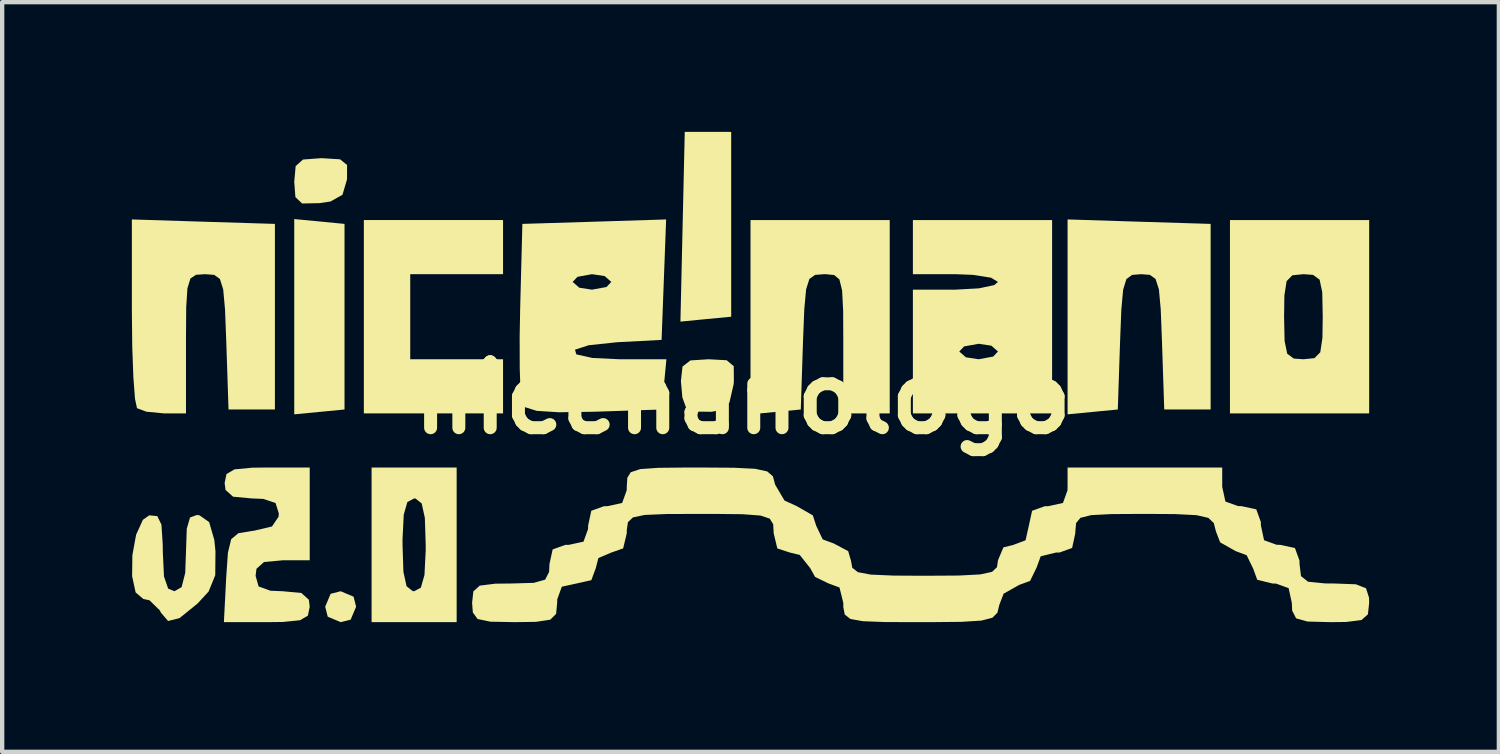
<source format=kicad_pcb>
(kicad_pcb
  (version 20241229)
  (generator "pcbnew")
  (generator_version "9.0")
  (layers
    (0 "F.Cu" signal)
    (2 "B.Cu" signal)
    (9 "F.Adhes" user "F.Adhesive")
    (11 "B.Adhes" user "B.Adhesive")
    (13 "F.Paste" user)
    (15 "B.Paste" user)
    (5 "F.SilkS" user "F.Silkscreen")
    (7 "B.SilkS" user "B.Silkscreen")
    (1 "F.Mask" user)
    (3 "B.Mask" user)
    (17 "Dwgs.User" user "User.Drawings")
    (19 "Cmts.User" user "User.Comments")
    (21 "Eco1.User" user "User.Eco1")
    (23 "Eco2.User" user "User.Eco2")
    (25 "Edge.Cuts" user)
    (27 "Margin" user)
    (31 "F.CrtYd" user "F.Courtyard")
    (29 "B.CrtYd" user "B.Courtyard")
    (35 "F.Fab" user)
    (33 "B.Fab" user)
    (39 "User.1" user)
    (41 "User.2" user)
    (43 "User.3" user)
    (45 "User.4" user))
  (footprint "nicenanologo"
    (layer "F.Cu")
    (at 14.131 6.154)
    (property "Reference" "nicenanologo" (at 0 0 0) (layer "F.SilkS") (effects (font (size 1.524 1.524) (thickness 0.3))))
    (attr board_only exclude_from_pos_files exclude_from_bom)
    (fp_poly (pts (xy -9.212 -4.025) (xy -9.212 0.268) (xy -9.793 0.324) (xy -10.375 0.38) (xy -10.375 -4.137)) (stroke (width 0) (type solid)) (fill yes) (layer "F.SilkS"))
    (fp_poly (pts (xy -0.805 -6.154) (xy -0.268 -6.153) (xy -0.268 -1.878) (xy -0.855 -1.822) (xy -1.442 -1.765) (xy -1.342 -6.154)) (stroke (width 0) (type solid)) (fill yes) (layer "F.SilkS"))
    (fp_poly (pts (xy -9.002 4.598) (xy -8.944 4.83) (xy -9.07 5.129) (xy -9.301 5.187) (xy -9.6 5.061) (xy -9.659 4.83) (xy -9.533 4.531) (xy -9.301 4.472)) (stroke (width 0) (type solid)) (fill yes) (layer "F.SilkS"))
    (fp_poly (pts (xy -5.545 -2.862) (xy -7.692 -2.862) (xy -7.692 -0.894) (xy -5.545 -0.894) (xy -5.545 0.358) (xy -8.765 0.358) (xy -8.765 -4.114) (xy -5.545 -4.114)) (stroke (width 0) (type solid)) (fill yes) (layer "F.SilkS"))
    (fp_poly (pts (xy -9.315 -5.519) (xy -9.153 -5.388) (xy -9.154 -5.068) (xy -9.155 -5.053) (xy -9.259 -4.699) (xy -9.537 -4.543) (xy -9.793 -4.505) (xy -10.192 -4.497) (xy -10.348 -4.644) (xy -10.375 -4.997) (xy -10.342 -5.363) (xy -10.172 -5.514) (xy -9.756 -5.545) (xy -9.737 -5.545)) (stroke (width 0) (type solid)) (fill yes) (layer "F.SilkS"))
    (fp_poly (pts (xy -0.372 -0.871) (xy -0.209 -0.734) (xy -0.206 -0.385) (xy -0.212 -0.313) (xy -0.309 0.108) (xy -0.549 0.289) (xy -0.722 0.321) (xy -1.113 0.316) (xy -1.304 0.247) (xy -1.397 -0.01) (xy -1.431 -0.388) (xy -1.394 -0.726) (xy -1.211 -0.867) (xy -0.794 -0.894)) (stroke (width 0) (type solid)) (fill yes) (layer "F.SilkS"))
    (fp_poly (pts (xy 9.167 -4.076) (xy 10.822 -4.025) (xy 10.822 0.268) (xy 9.749 0.268) (xy 9.697 -1.297) (xy 9.668 -2.046) (xy 9.626 -2.508) (xy 9.549 -2.751) (xy 9.417 -2.846) (xy 9.212 -2.862) (xy 9.004 -2.845) (xy 8.873 -2.748) (xy 8.798 -2.502) (xy 8.756 -2.036) (xy 8.727 -1.297) (xy 8.675 0.268) (xy 8.094 0.324) (xy 7.513 0.38) (xy 7.513 -4.128)) (stroke (width 0) (type solid)) (fill yes) (layer "F.SilkS"))
    (fp_poly (pts (xy 3.399 0.358) (xy 2.325 0.358) (xy 2.325 -1.252) (xy 2.322 -2.014) (xy 2.298 -2.487) (xy 2.235 -2.741) (xy 2.115 -2.842) (xy 1.919 -2.862) (xy 1.885 -2.862) (xy 1.674 -2.846) (xy 1.541 -2.752) (xy 1.465 -2.51) (xy 1.423 -2.05) (xy 1.393 -1.303) (xy 1.393 -1.297) (xy 1.342 0.268) (xy 0.76 0.324) (xy 0.179 0.38) (xy 0.179 -4.114) (xy 3.399 -4.114)) (stroke (width 0) (type solid)) (fill yes) (layer "F.SilkS"))
    (fp_poly (pts (xy -6.618 5.187) (xy -8.586 5.187) (xy -8.586 3.399) (xy -7.87 3.399) (xy -7.85 4.022) (xy -7.777 4.356) (xy -7.634 4.47) (xy -7.602 4.472) (xy -7.446 4.389) (xy -7.363 4.097) (xy -7.334 3.528) (xy -7.334 3.399) (xy -7.354 2.775) (xy -7.427 2.441) (xy -7.57 2.327) (xy -7.602 2.325) (xy -7.758 2.408) (xy -7.842 2.7) (xy -7.87 3.269) (xy -7.87 3.399) (xy -8.586 3.399) (xy -8.586 1.61) (xy -6.618 1.61)) (stroke (width 0) (type solid)) (fill yes) (layer "F.SilkS"))
    (fp_poly (pts (xy 14.489 0.358) (xy 11.269 0.358) (xy 11.269 -1.878) (xy 12.521 -1.878) (xy 12.533 -1.315) (xy 12.594 -1.021) (xy 12.745 -0.91) (xy 12.968 -0.894) (xy 13.224 -0.92) (xy 13.358 -1.055) (xy 13.408 -1.387) (xy 13.415 -1.878) (xy 13.404 -2.442) (xy 13.343 -2.735) (xy 13.192 -2.846) (xy 12.968 -2.862) (xy 12.712 -2.836) (xy 12.579 -2.701) (xy 12.528 -2.369) (xy 12.521 -1.878) (xy 11.269 -1.878) (xy 11.269 -4.114) (xy 14.489 -4.114)) (stroke (width 0) (type solid)) (fill yes) (layer "F.SilkS"))
    (fp_poly (pts (xy 7.155 0.358) (xy 3.935 0.358) (xy 3.935 -1.073) (xy 5.008 -1.073) (xy 5.162 -0.939) (xy 5.456 -0.894) (xy 5.792 -0.956) (xy 5.903 -1.073) (xy 5.75 -1.208) (xy 5.456 -1.252) (xy 5.119 -1.191) (xy 5.008 -1.073) (xy 3.935 -1.073) (xy 3.935 -2.504) (xy 4.919 -2.504) (xy 5.458 -2.534) (xy 5.815 -2.609) (xy 5.903 -2.683) (xy 5.741 -2.781) (xy 5.324 -2.846) (xy 4.919 -2.862) (xy 3.935 -2.862) (xy 3.935 -4.114) (xy 7.155 -4.114)) (stroke (width 0) (type solid)) (fill yes) (layer "F.SilkS"))
    (fp_poly (pts (xy -12.476 -4.076) (xy -10.822 -4.025) (xy -10.822 0.268) (xy -11.895 0.268) (xy -11.947 -1.297) (xy -11.976 -2.046) (xy -12.018 -2.508) (xy -12.094 -2.751) (xy -12.226 -2.846) (xy -12.437 -2.862) (xy -12.439 -2.862) (xy -12.647 -2.848) (xy -12.776 -2.762) (xy -12.846 -2.533) (xy -12.874 -2.094) (xy -12.879 -1.375) (xy -12.879 -1.252) (xy -12.879 0.358) (xy -13.386 0.358) (xy -13.795 0.319) (xy -14.012 0.238) (xy -14.058 0.023) (xy -14.096 -0.476) (xy -14.122 -1.183) (xy -14.131 -2.004) (xy -14.131 -4.128)) (stroke (width 0) (type solid)) (fill yes) (layer "F.SilkS"))
    (fp_poly (pts (xy -12.566 2.716) (xy -12.343 2.873) (xy -12.224 3.284) (xy -12.197 3.548) (xy -12.202 4.101) (xy -12.355 4.478) (xy -12.609 4.754) (xy -13.029 5.094) (xy -13.293 5.16) (xy -13.461 4.965) (xy -13.48 4.919) (xy -13.724 4.681) (xy -13.866 4.651) (xy -14.044 4.499) (xy -14.125 4.123) (xy -14.119 3.639) (xy -14.033 3.166) (xy -13.876 2.82) (xy -13.729 2.716) (xy -13.542 2.734) (xy -13.447 2.931) (xy -13.417 3.385) (xy -13.415 3.564) (xy -13.388 4.131) (xy -13.291 4.411) (xy -13.147 4.472) (xy -12.98 4.377) (xy -12.897 4.049) (xy -12.879 3.564) (xy -12.861 3.026) (xy -12.786 2.767) (xy -12.628 2.708)) (stroke (width 0) (type solid)) (fill yes) (layer "F.SilkS"))
    (fp_poly (pts (xy -1.878 -1.342) (xy -2.907 -1.288) (xy -3.568 -1.218) (xy -3.881 -1.115) (xy -3.85 -1.007) (xy -3.479 -0.924) (xy -2.851 -0.894) (xy -1.766 -0.894) (xy -1.822 -0.313) (xy -1.878 0.268) (xy -3.446 0.32) (xy -4.256 0.332) (xy -4.767 0.299) (xy -5.035 0.215) (xy -5.107 0.13) (xy -5.141 -0.14) (xy -5.159 -0.683) (xy -5.161 -1.414) (xy -5.149 -2.069) (xy -5.133 -2.683) (xy -3.935 -2.683) (xy -3.782 -2.549) (xy -3.488 -2.504) (xy -3.152 -2.565) (xy -3.041 -2.683) (xy -3.194 -2.818) (xy -3.488 -2.862) (xy -3.824 -2.801) (xy -3.935 -2.683) (xy -5.133 -2.683) (xy -5.098 -4.025) (xy -3.436 -4.076) (xy -1.773 -4.128)) (stroke (width 0) (type solid)) (fill yes) (layer "F.SilkS"))
    (fp_poly (pts (xy -10.017 3.756) (xy -10.643 3.756) (xy -11.074 3.796) (xy -11.249 3.953) (xy -11.269 4.114) (xy -11.199 4.361) (xy -10.926 4.46) (xy -10.643 4.472) (xy -10.211 4.512) (xy -10.037 4.668) (xy -10.017 4.83) (xy -10.059 5.036) (xy -10.242 5.143) (xy -10.651 5.183) (xy -11.01 5.187) (xy -12.002 5.187) (xy -11.949 4.159) (xy -11.909 3.58) (xy -11.833 3.267) (xy -11.667 3.13) (xy -11.357 3.078) (xy -11.314 3.074) (xy -10.89 2.974) (xy -10.737 2.748) (xy -10.732 2.672) (xy -10.807 2.432) (xy -11.093 2.336) (xy -11.358 2.325) (xy -11.79 2.285) (xy -11.964 2.129) (xy -11.985 1.968) (xy -11.942 1.761) (xy -11.757 1.653) (xy -11.346 1.614) (xy -11.001 1.61) (xy -10.017 1.61)) (stroke (width 0) (type solid)) (fill yes) (layer "F.SilkS"))
    (fp_poly (pts (xy 11.09 2.057) (xy 11.164 2.397) (xy 11.455 2.502) (xy 11.537 2.504) (xy 11.878 2.578) (xy 11.983 2.869) (xy 11.985 2.951) (xy 12.058 3.292) (xy 12.349 3.397) (xy 12.432 3.399) (xy 12.772 3.472) (xy 12.877 3.763) (xy 12.879 3.846) (xy 12.912 4.122) (xy 13.076 4.252) (xy 13.467 4.291) (xy 13.684 4.293) (xy 14.181 4.311) (xy 14.416 4.403) (xy 14.486 4.62) (xy 14.489 4.74) (xy 14.46 5.006) (xy 14.312 5.138) (xy 13.953 5.183) (xy 13.594 5.187) (xy 13.064 5.173) (xy 12.799 5.099) (xy 12.708 4.92) (xy 12.7 4.74) (xy 12.626 4.4) (xy 12.335 4.295) (xy 12.253 4.293) (xy 11.9 4.207) (xy 11.806 3.948) (xy 11.655 3.638) (xy 11.403 3.545) (xy 11.042 3.341) (xy 10.944 3.086) (xy 10.895 2.894) (xy 10.769 2.775) (xy 10.494 2.712) (xy 9.998 2.687) (xy 9.289 2.683) (xy 8.53 2.687) (xy 8.061 2.711) (xy 7.81 2.774) (xy 7.71 2.896) (xy 7.692 3.096) (xy 7.692 3.13) (xy 7.618 3.471) (xy 7.327 3.576) (xy 7.244 3.577) (xy 6.891 3.664) (xy 6.797 3.923) (xy 6.646 4.233) (xy 6.395 4.325) (xy 6.033 4.529) (xy 5.935 4.785) (xy 5.89 4.968) (xy 5.774 5.085) (xy 5.519 5.151) (xy 5.057 5.18) (xy 4.321 5.187) (xy 4.102 5.187) (xy 3.293 5.185) (xy 2.777 5.165) (xy 2.488 5.113) (xy 2.359 5.011) (xy 2.326 4.843) (xy 2.325 4.74) (xy 2.237 4.385) (xy 1.988 4.293) (xy 1.674 4.142) (xy 1.558 3.935) (xy 1.318 3.632) (xy 1.09 3.577) (xy 0.799 3.481) (xy 0.716 3.136) (xy 0.715 3.13) (xy 0.704 2.923) (xy 0.624 2.792) (xy 0.408 2.721) (xy -0.009 2.69) (xy -0.696 2.683) (xy -0.984 2.683) (xy -1.771 2.686) (xy -2.268 2.707) (xy -2.54 2.764) (xy -2.656 2.874) (xy -2.683 3.055) (xy -2.683 3.13) (xy -2.767 3.481) (xy -3.041 3.577) (xy -3.34 3.704) (xy -3.399 3.935) (xy -3.503 4.216) (xy -3.846 4.293) (xy -4.186 4.367) (xy -4.291 4.658) (xy -4.293 4.74) (xy -4.318 4.996) (xy -4.453 5.13) (xy -4.785 5.18) (xy -5.277 5.187) (xy -5.84 5.176) (xy -6.134 5.114) (xy -6.244 4.963) (xy -6.261 4.74) (xy -6.232 4.475) (xy -6.084 4.342) (xy -5.725 4.297) (xy -5.366 4.293) (xy -4.835 4.278) (xy -4.571 4.204) (xy -4.48 4.025) (xy -4.472 3.846) (xy -4.398 3.505) (xy -4.107 3.4) (xy -4.025 3.399) (xy -3.684 3.325) (xy -3.579 3.034) (xy -3.577 2.951) (xy -3.504 2.611) (xy -3.213 2.506) (xy -3.13 2.504) (xy -2.79 2.43) (xy -2.685 2.139) (xy -2.683 2.057) (xy -2.671 1.849) (xy -2.591 1.719) (xy -2.374 1.647) (xy -1.954 1.617) (xy -1.264 1.61) (xy -0.996 1.61) (xy -0.21 1.615) (xy 0.288 1.64) (xy 0.567 1.701) (xy 0.697 1.814) (xy 0.746 1.995) (xy 0.748 2.005) (xy 0.965 2.374) (xy 1.252 2.505) (xy 1.621 2.717) (xy 1.699 2.959) (xy 1.849 3.273) (xy 2.102 3.366) (xy 2.438 3.544) (xy 2.504 3.769) (xy 2.533 3.929) (xy 2.663 4.031) (xy 2.96 4.087) (xy 3.49 4.11) (xy 4.204 4.114) (xy 4.993 4.109) (xy 5.492 4.083) (xy 5.765 4.024) (xy 5.88 3.916) (xy 5.903 3.756) (xy 6.029 3.457) (xy 6.261 3.399) (xy 6.541 3.294) (xy 6.618 2.951) (xy 6.692 2.611) (xy 6.983 2.506) (xy 7.065 2.504) (xy 7.406 2.43) (xy 7.511 2.139) (xy 7.513 2.057) (xy 7.513 1.61) (xy 11.09 1.61)) (stroke (width 0) (type solid)) (fill yes) (layer "F.SilkS")))
  (gr_rect
    (start -3 -3)
    (end 31.62 14.341)
    (stroke (width 0.1) (type default))
    (fill no)
    (layer "Edge.Cuts")))
</source>
